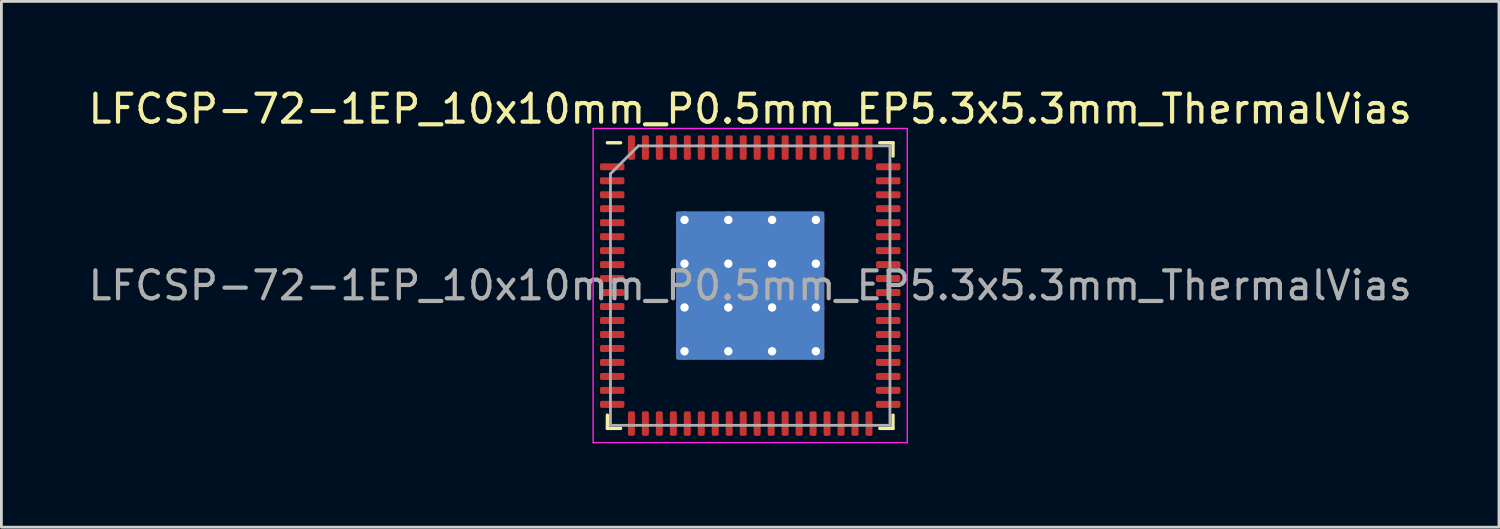
<source format=kicad_pcb>
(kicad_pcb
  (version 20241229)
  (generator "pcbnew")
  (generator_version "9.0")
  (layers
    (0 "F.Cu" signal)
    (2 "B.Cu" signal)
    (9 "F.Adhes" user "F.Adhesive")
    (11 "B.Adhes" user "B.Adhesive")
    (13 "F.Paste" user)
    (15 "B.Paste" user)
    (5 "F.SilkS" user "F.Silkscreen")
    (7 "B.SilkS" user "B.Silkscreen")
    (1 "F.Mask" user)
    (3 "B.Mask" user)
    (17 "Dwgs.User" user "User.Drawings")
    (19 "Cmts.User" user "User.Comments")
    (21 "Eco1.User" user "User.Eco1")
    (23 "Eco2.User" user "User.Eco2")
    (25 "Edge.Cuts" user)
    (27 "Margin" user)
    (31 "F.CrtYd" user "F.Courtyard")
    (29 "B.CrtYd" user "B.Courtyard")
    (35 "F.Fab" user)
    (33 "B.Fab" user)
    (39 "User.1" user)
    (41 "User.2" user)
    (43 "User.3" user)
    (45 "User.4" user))
  (footprint "LFCSP-72-1EP_10x10mm_P0.5mm_EP5.3x5.3mm_ThermalVias"
    (layer "F.Cu")
    (at 23.792 7.168)
    (property "Reference" "LFCSP-72-1EP_10x10mm_P0.5mm_EP5.3x5.3mm_ThermalVias" (at 0 -6.32 0) (layer "F.SilkS") (effects (font (size 1 1) (thickness 0.15))))
    (attr smd)
    (fp_line (start -5.11 5.11) (end -5.11 4.635) (stroke (width 0.12) (type solid)) (layer "F.SilkS"))
    (fp_line (start -4.635 -5.11) (end -5.11 -5.11) (stroke (width 0.12) (type solid)) (layer "F.SilkS"))
    (fp_line (start -4.635 5.11) (end -5.11 5.11) (stroke (width 0.12) (type solid)) (layer "F.SilkS"))
    (fp_line (start 4.635 -5.11) (end 5.11 -5.11) (stroke (width 0.12) (type solid)) (layer "F.SilkS"))
    (fp_line (start 4.635 5.11) (end 5.11 5.11) (stroke (width 0.12) (type solid)) (layer "F.SilkS"))
    (fp_line (start 5.11 -5.11) (end 5.11 -4.635) (stroke (width 0.12) (type solid)) (layer "F.SilkS"))
    (fp_line (start 5.11 5.11) (end 5.11 4.635) (stroke (width 0.12) (type solid)) (layer "F.SilkS"))
    (fp_line (start -5.62 -5.62) (end -5.62 5.62) (stroke (width 0.05) (type solid)) (layer "F.CrtYd"))
    (fp_line (start -5.62 5.62) (end 5.62 5.62) (stroke (width 0.05) (type solid)) (layer "F.CrtYd"))
    (fp_line (start 5.62 -5.62) (end -5.62 -5.62) (stroke (width 0.05) (type solid)) (layer "F.CrtYd"))
    (fp_line (start 5.62 5.62) (end 5.62 -5.62) (stroke (width 0.05) (type solid)) (layer "F.CrtYd"))
    (fp_line (start -5 -4) (end -4 -5) (stroke (width 0.1) (type solid)) (layer "F.Fab"))
    (fp_line (start -5 5) (end -5 -4) (stroke (width 0.1) (type solid)) (layer "F.Fab"))
    (fp_line (start -4 -5) (end 5 -5) (stroke (width 0.1) (type solid)) (layer "F.Fab"))
    (fp_line (start 5 -5) (end 5 5) (stroke (width 0.1) (type solid)) (layer "F.Fab"))
    (fp_line (start 5 5) (end -5 5) (stroke (width 0.1) (type solid)) (layer "F.Fab"))
    (fp_text user "${REFERENCE}" (at 0 0 0) (layer "F.Fab") (effects (font (size 1 1) (thickness 0.15))))
    (pad "" smd custom (at -1.567 -1.567) (size 1.275 1.275) (layers "F.Paste") (options (anchor circle)) (primitives (gr_poly (pts (xy -0.563 -0.439) (xy -0.439 -0.563) (xy 0.439 -0.563) (xy 0.563 -0.439) (xy 0.563 0.439) (xy 0.439 0.563) (xy -0.439 0.563) (xy -0.563 0.439)) (width 0.299) (fill yes))))
    (pad "" smd custom (at -1.567 0) (size 1.275 1.275) (layers "F.Paste") (options (anchor circle)) (primitives (gr_poly (pts (xy -0.563 -0.439) (xy -0.439 -0.563) (xy 0.439 -0.563) (xy 0.563 -0.439) (xy 0.563 0.439) (xy 0.439 0.563) (xy -0.439 0.563) (xy -0.563 0.439)) (width 0.299) (fill yes))))
    (pad "" smd custom (at -1.567 1.567) (size 1.275 1.275) (layers "F.Paste") (options (anchor circle)) (primitives (gr_poly (pts (xy -0.563 -0.439) (xy -0.439 -0.563) (xy 0.439 -0.563) (xy 0.563 -0.439) (xy 0.563 0.439) (xy 0.439 0.563) (xy -0.439 0.563) (xy -0.563 0.439)) (width 0.299) (fill yes))))
    (pad "" smd custom (at 0 -1.567) (size 1.275 1.275) (layers "F.Paste") (options (anchor circle)) (primitives (gr_poly (pts (xy -0.563 -0.439) (xy -0.439 -0.563) (xy 0.439 -0.563) (xy 0.563 -0.439) (xy 0.563 0.439) (xy 0.439 0.563) (xy -0.439 0.563) (xy -0.563 0.439)) (width 0.299) (fill yes))))
    (pad "" smd custom (at 0 0) (size 1.275 1.275) (layers "F.Paste") (options (anchor circle)) (primitives (gr_poly (pts (xy -0.563 -0.439) (xy -0.439 -0.563) (xy 0.439 -0.563) (xy 0.563 -0.439) (xy 0.563 0.439) (xy 0.439 0.563) (xy -0.439 0.563) (xy -0.563 0.439)) (width 0.299) (fill yes))))
    (pad "" smd custom (at 0 1.567) (size 1.275 1.275) (layers "F.Paste") (options (anchor circle)) (primitives (gr_poly (pts (xy -0.563 -0.439) (xy -0.439 -0.563) (xy 0.439 -0.563) (xy 0.563 -0.439) (xy 0.563 0.439) (xy 0.439 0.563) (xy -0.439 0.563) (xy -0.563 0.439)) (width 0.299) (fill yes))))
    (pad "" smd custom (at 1.567 -1.567) (size 1.275 1.275) (layers "F.Paste") (options (anchor circle)) (primitives (gr_poly (pts (xy -0.563 -0.439) (xy -0.439 -0.563) (xy 0.439 -0.563) (xy 0.563 -0.439) (xy 0.563 0.439) (xy 0.439 0.563) (xy -0.439 0.563) (xy -0.563 0.439)) (width 0.299) (fill yes))))
    (pad "" smd custom (at 1.567 0) (size 1.275 1.275) (layers "F.Paste") (options (anchor circle)) (primitives (gr_poly (pts (xy -0.563 -0.439) (xy -0.439 -0.563) (xy 0.439 -0.563) (xy 0.563 -0.439) (xy 0.563 0.439) (xy 0.439 0.563) (xy -0.439 0.563) (xy -0.563 0.439)) (width 0.299) (fill yes))))
    (pad "" smd custom (at 1.567 1.567) (size 1.275 1.275) (layers "F.Paste") (options (anchor circle)) (primitives (gr_poly (pts (xy -0.563 -0.439) (xy -0.439 -0.563) (xy 0.439 -0.563) (xy 0.563 -0.439) (xy 0.563 0.439) (xy 0.439 0.563) (xy -0.439 0.563) (xy -0.563 0.439)) (width 0.299) (fill yes))))
    (pad "1" smd roundrect (at -4.938 -4.25) (size 0.875 0.25) (layers "F.Cu" "F.Mask" "F.Paste") (roundrect_rratio 0.25))
    (pad "2" smd roundrect (at -4.938 -3.75) (size 0.875 0.25) (layers "F.Cu" "F.Mask" "F.Paste") (roundrect_rratio 0.25))
    (pad "3" smd roundrect (at -4.938 -3.25) (size 0.875 0.25) (layers "F.Cu" "F.Mask" "F.Paste") (roundrect_rratio 0.25))
    (pad "4" smd roundrect (at -4.938 -2.75) (size 0.875 0.25) (layers "F.Cu" "F.Mask" "F.Paste") (roundrect_rratio 0.25))
    (pad "5" smd roundrect (at -4.938 -2.25) (size 0.875 0.25) (layers "F.Cu" "F.Mask" "F.Paste") (roundrect_rratio 0.25))
    (pad "6" smd roundrect (at -4.938 -1.75) (size 0.875 0.25) (layers "F.Cu" "F.Mask" "F.Paste") (roundrect_rratio 0.25))
    (pad "7" smd roundrect (at -4.938 -1.25) (size 0.875 0.25) (layers "F.Cu" "F.Mask" "F.Paste") (roundrect_rratio 0.25))
    (pad "8" smd roundrect (at -4.938 -0.75) (size 0.875 0.25) (layers "F.Cu" "F.Mask" "F.Paste") (roundrect_rratio 0.25))
    (pad "9" smd roundrect (at -4.938 -0.25) (size 0.875 0.25) (layers "F.Cu" "F.Mask" "F.Paste") (roundrect_rratio 0.25))
    (pad "10" smd roundrect (at -4.938 0.25) (size 0.875 0.25) (layers "F.Cu" "F.Mask" "F.Paste") (roundrect_rratio 0.25))
    (pad "11" smd roundrect (at -4.938 0.75) (size 0.875 0.25) (layers "F.Cu" "F.Mask" "F.Paste") (roundrect_rratio 0.25))
    (pad "12" smd roundrect (at -4.938 1.25) (size 0.875 0.25) (layers "F.Cu" "F.Mask" "F.Paste") (roundrect_rratio 0.25))
    (pad "13" smd roundrect (at -4.938 1.75) (size 0.875 0.25) (layers "F.Cu" "F.Mask" "F.Paste") (roundrect_rratio 0.25))
    (pad "14" smd roundrect (at -4.938 2.25) (size 0.875 0.25) (layers "F.Cu" "F.Mask" "F.Paste") (roundrect_rratio 0.25))
    (pad "15" smd roundrect (at -4.938 2.75) (size 0.875 0.25) (layers "F.Cu" "F.Mask" "F.Paste") (roundrect_rratio 0.25))
    (pad "16" smd roundrect (at -4.938 3.25) (size 0.875 0.25) (layers "F.Cu" "F.Mask" "F.Paste") (roundrect_rratio 0.25))
    (pad "17" smd roundrect (at -4.938 3.75) (size 0.875 0.25) (layers "F.Cu" "F.Mask" "F.Paste") (roundrect_rratio 0.25))
    (pad "18" smd roundrect (at -4.938 4.25) (size 0.875 0.25) (layers "F.Cu" "F.Mask" "F.Paste") (roundrect_rratio 0.25))
    (pad "19" smd roundrect (at -4.25 4.938) (size 0.25 0.875) (layers "F.Cu" "F.Mask" "F.Paste") (roundrect_rratio 0.25))
    (pad "20" smd roundrect (at -3.75 4.938) (size 0.25 0.875) (layers "F.Cu" "F.Mask" "F.Paste") (roundrect_rratio 0.25))
    (pad "21" smd roundrect (at -3.25 4.938) (size 0.25 0.875) (layers "F.Cu" "F.Mask" "F.Paste") (roundrect_rratio 0.25))
    (pad "22" smd roundrect (at -2.75 4.938) (size 0.25 0.875) (layers "F.Cu" "F.Mask" "F.Paste") (roundrect_rratio 0.25))
    (pad "23" smd roundrect (at -2.25 4.938) (size 0.25 0.875) (layers "F.Cu" "F.Mask" "F.Paste") (roundrect_rratio 0.25))
    (pad "24" smd roundrect (at -1.75 4.938) (size 0.25 0.875) (layers "F.Cu" "F.Mask" "F.Paste") (roundrect_rratio 0.25))
    (pad "25" smd roundrect (at -1.25 4.938) (size 0.25 0.875) (layers "F.Cu" "F.Mask" "F.Paste") (roundrect_rratio 0.25))
    (pad "26" smd roundrect (at -0.75 4.938) (size 0.25 0.875) (layers "F.Cu" "F.Mask" "F.Paste") (roundrect_rratio 0.25))
    (pad "27" smd roundrect (at -0.25 4.938) (size 0.25 0.875) (layers "F.Cu" "F.Mask" "F.Paste") (roundrect_rratio 0.25))
    (pad "28" smd roundrect (at 0.25 4.938) (size 0.25 0.875) (layers "F.Cu" "F.Mask" "F.Paste") (roundrect_rratio 0.25))
    (pad "29" smd roundrect (at 0.75 4.938) (size 0.25 0.875) (layers "F.Cu" "F.Mask" "F.Paste") (roundrect_rratio 0.25))
    (pad "30" smd roundrect (at 1.25 4.938) (size 0.25 0.875) (layers "F.Cu" "F.Mask" "F.Paste") (roundrect_rratio 0.25))
    (pad "31" smd roundrect (at 1.75 4.938) (size 0.25 0.875) (layers "F.Cu" "F.Mask" "F.Paste") (roundrect_rratio 0.25))
    (pad "32" smd roundrect (at 2.25 4.938) (size 0.25 0.875) (layers "F.Cu" "F.Mask" "F.Paste") (roundrect_rratio 0.25))
    (pad "33" smd roundrect (at 2.75 4.938) (size 0.25 0.875) (layers "F.Cu" "F.Mask" "F.Paste") (roundrect_rratio 0.25))
    (pad "34" smd roundrect (at 3.25 4.938) (size 0.25 0.875) (layers "F.Cu" "F.Mask" "F.Paste") (roundrect_rratio 0.25))
    (pad "35" smd roundrect (at 3.75 4.938) (size 0.25 0.875) (layers "F.Cu" "F.Mask" "F.Paste") (roundrect_rratio 0.25))
    (pad "36" smd roundrect (at 4.25 4.938) (size 0.25 0.875) (layers "F.Cu" "F.Mask" "F.Paste") (roundrect_rratio 0.25))
    (pad "37" smd roundrect (at 4.938 4.25) (size 0.875 0.25) (layers "F.Cu" "F.Mask" "F.Paste") (roundrect_rratio 0.25))
    (pad "38" smd roundrect (at 4.938 3.75) (size 0.875 0.25) (layers "F.Cu" "F.Mask" "F.Paste") (roundrect_rratio 0.25))
    (pad "39" smd roundrect (at 4.938 3.25) (size 0.875 0.25) (layers "F.Cu" "F.Mask" "F.Paste") (roundrect_rratio 0.25))
    (pad "40" smd roundrect (at 4.938 2.75) (size 0.875 0.25) (layers "F.Cu" "F.Mask" "F.Paste") (roundrect_rratio 0.25))
    (pad "41" smd roundrect (at 4.938 2.25) (size 0.875 0.25) (layers "F.Cu" "F.Mask" "F.Paste") (roundrect_rratio 0.25))
    (pad "42" smd roundrect (at 4.938 1.75) (size 0.875 0.25) (layers "F.Cu" "F.Mask" "F.Paste") (roundrect_rratio 0.25))
    (pad "43" smd roundrect (at 4.938 1.25) (size 0.875 0.25) (layers "F.Cu" "F.Mask" "F.Paste") (roundrect_rratio 0.25))
    (pad "44" smd roundrect (at 4.938 0.75) (size 0.875 0.25) (layers "F.Cu" "F.Mask" "F.Paste") (roundrect_rratio 0.25))
    (pad "45" smd roundrect (at 4.938 0.25) (size 0.875 0.25) (layers "F.Cu" "F.Mask" "F.Paste") (roundrect_rratio 0.25))
    (pad "46" smd roundrect (at 4.938 -0.25) (size 0.875 0.25) (layers "F.Cu" "F.Mask" "F.Paste") (roundrect_rratio 0.25))
    (pad "47" smd roundrect (at 4.938 -0.75) (size 0.875 0.25) (layers "F.Cu" "F.Mask" "F.Paste") (roundrect_rratio 0.25))
    (pad "48" smd roundrect (at 4.938 -1.25) (size 0.875 0.25) (layers "F.Cu" "F.Mask" "F.Paste") (roundrect_rratio 0.25))
    (pad "49" smd roundrect (at 4.938 -1.75) (size 0.875 0.25) (layers "F.Cu" "F.Mask" "F.Paste") (roundrect_rratio 0.25))
    (pad "50" smd roundrect (at 4.938 -2.25) (size 0.875 0.25) (layers "F.Cu" "F.Mask" "F.Paste") (roundrect_rratio 0.25))
    (pad "51" smd roundrect (at 4.938 -2.75) (size 0.875 0.25) (layers "F.Cu" "F.Mask" "F.Paste") (roundrect_rratio 0.25))
    (pad "52" smd roundrect (at 4.938 -3.25) (size 0.875 0.25) (layers "F.Cu" "F.Mask" "F.Paste") (roundrect_rratio 0.25))
    (pad "53" smd roundrect (at 4.938 -3.75) (size 0.875 0.25) (layers "F.Cu" "F.Mask" "F.Paste") (roundrect_rratio 0.25))
    (pad "54" smd roundrect (at 4.938 -4.25) (size 0.875 0.25) (layers "F.Cu" "F.Mask" "F.Paste") (roundrect_rratio 0.25))
    (pad "55" smd roundrect (at 4.25 -4.938) (size 0.25 0.875) (layers "F.Cu" "F.Mask" "F.Paste") (roundrect_rratio 0.25))
    (pad "56" smd roundrect (at 3.75 -4.938) (size 0.25 0.875) (layers "F.Cu" "F.Mask" "F.Paste") (roundrect_rratio 0.25))
    (pad "57" smd roundrect (at 3.25 -4.938) (size 0.25 0.875) (layers "F.Cu" "F.Mask" "F.Paste") (roundrect_rratio 0.25))
    (pad "58" smd roundrect (at 2.75 -4.938) (size 0.25 0.875) (layers "F.Cu" "F.Mask" "F.Paste") (roundrect_rratio 0.25))
    (pad "59" smd roundrect (at 2.25 -4.938) (size 0.25 0.875) (layers "F.Cu" "F.Mask" "F.Paste") (roundrect_rratio 0.25))
    (pad "60" smd roundrect (at 1.75 -4.938) (size 0.25 0.875) (layers "F.Cu" "F.Mask" "F.Paste") (roundrect_rratio 0.25))
    (pad "61" smd roundrect (at 1.25 -4.938) (size 0.25 0.875) (layers "F.Cu" "F.Mask" "F.Paste") (roundrect_rratio 0.25))
    (pad "62" smd roundrect (at 0.75 -4.938) (size 0.25 0.875) (layers "F.Cu" "F.Mask" "F.Paste") (roundrect_rratio 0.25))
    (pad "63" smd roundrect (at 0.25 -4.938) (size 0.25 0.875) (layers "F.Cu" "F.Mask" "F.Paste") (roundrect_rratio 0.25))
    (pad "64" smd roundrect (at -0.25 -4.938) (size 0.25 0.875) (layers "F.Cu" "F.Mask" "F.Paste") (roundrect_rratio 0.25))
    (pad "65" smd roundrect (at -0.75 -4.938) (size 0.25 0.875) (layers "F.Cu" "F.Mask" "F.Paste") (roundrect_rratio 0.25))
    (pad "66" smd roundrect (at -1.25 -4.938) (size 0.25 0.875) (layers "F.Cu" "F.Mask" "F.Paste") (roundrect_rratio 0.25))
    (pad "67" smd roundrect (at -1.75 -4.938) (size 0.25 0.875) (layers "F.Cu" "F.Mask" "F.Paste") (roundrect_rratio 0.25))
    (pad "68" smd roundrect (at -2.25 -4.938) (size 0.25 0.875) (layers "F.Cu" "F.Mask" "F.Paste") (roundrect_rratio 0.25))
    (pad "69" smd roundrect (at -2.75 -4.938) (size 0.25 0.875) (layers "F.Cu" "F.Mask" "F.Paste") (roundrect_rratio 0.25))
    (pad "70" smd roundrect (at -3.25 -4.938) (size 0.25 0.875) (layers "F.Cu" "F.Mask" "F.Paste") (roundrect_rratio 0.25))
    (pad "71" smd roundrect (at -3.75 -4.938) (size 0.25 0.875) (layers "F.Cu" "F.Mask" "F.Paste") (roundrect_rratio 0.25))
    (pad "72" smd roundrect (at -4.25 -4.938) (size 0.25 0.875) (layers "F.Cu" "F.Mask" "F.Paste") (roundrect_rratio 0.25))
    (pad "73" thru_hole circle (at -2.35 -2.35) (size 0.6 0.6) (drill 0.3) (layers "*.Cu"))
    (pad "73" thru_hole circle (at -2.35 -0.783) (size 0.6 0.6) (drill 0.3) (layers "*.Cu"))
    (pad "73" thru_hole circle (at -2.35 0.783) (size 0.6 0.6) (drill 0.3) (layers "*.Cu"))
    (pad "73" thru_hole circle (at -2.35 2.35) (size 0.6 0.6) (drill 0.3) (layers "*.Cu"))
    (pad "73" thru_hole circle (at -0.783 -2.35) (size 0.6 0.6) (drill 0.3) (layers "*.Cu"))
    (pad "73" thru_hole circle (at -0.783 -0.783) (size 0.6 0.6) (drill 0.3) (layers "*.Cu"))
    (pad "73" thru_hole circle (at -0.783 0.783) (size 0.6 0.6) (drill 0.3) (layers "*.Cu"))
    (pad "73" thru_hole circle (at -0.783 2.35) (size 0.6 0.6) (drill 0.3) (layers "*.Cu"))
    (pad "73" smd roundrect (at 0 0) (size 5.3 5.3) (layers "F.Cu" "F.Mask") (roundrect_rratio 0.012))
    (pad "73" smd roundrect (at 0 0) (size 5.3 5.3) (layers "B.Cu") (roundrect_rratio 0.012))
    (pad "73" thru_hole circle (at 0.783 -2.35) (size 0.6 0.6) (drill 0.3) (layers "*.Cu"))
    (pad "73" thru_hole circle (at 0.783 -0.783) (size 0.6 0.6) (drill 0.3) (layers "*.Cu"))
    (pad "73" thru_hole circle (at 0.783 0.783) (size 0.6 0.6) (drill 0.3) (layers "*.Cu"))
    (pad "73" thru_hole circle (at 0.783 2.35) (size 0.6 0.6) (drill 0.3) (layers "*.Cu"))
    (pad "73" thru_hole circle (at 2.35 -2.35) (size 0.6 0.6) (drill 0.3) (layers "*.Cu"))
    (pad "73" thru_hole circle (at 2.35 -0.783) (size 0.6 0.6) (drill 0.3) (layers "*.Cu"))
    (pad "73" thru_hole circle (at 2.35 0.783) (size 0.6 0.6) (drill 0.3) (layers "*.Cu"))
    (pad "73" thru_hole circle (at 2.35 2.35) (size 0.6 0.6) (drill 0.3) (layers "*.Cu")))
  (gr_rect
    (start -3 -3)
    (end 50.583 15.813)
    (stroke (width 0.1) (type default))
    (fill no)
    (layer "Edge.Cuts")))
</source>
